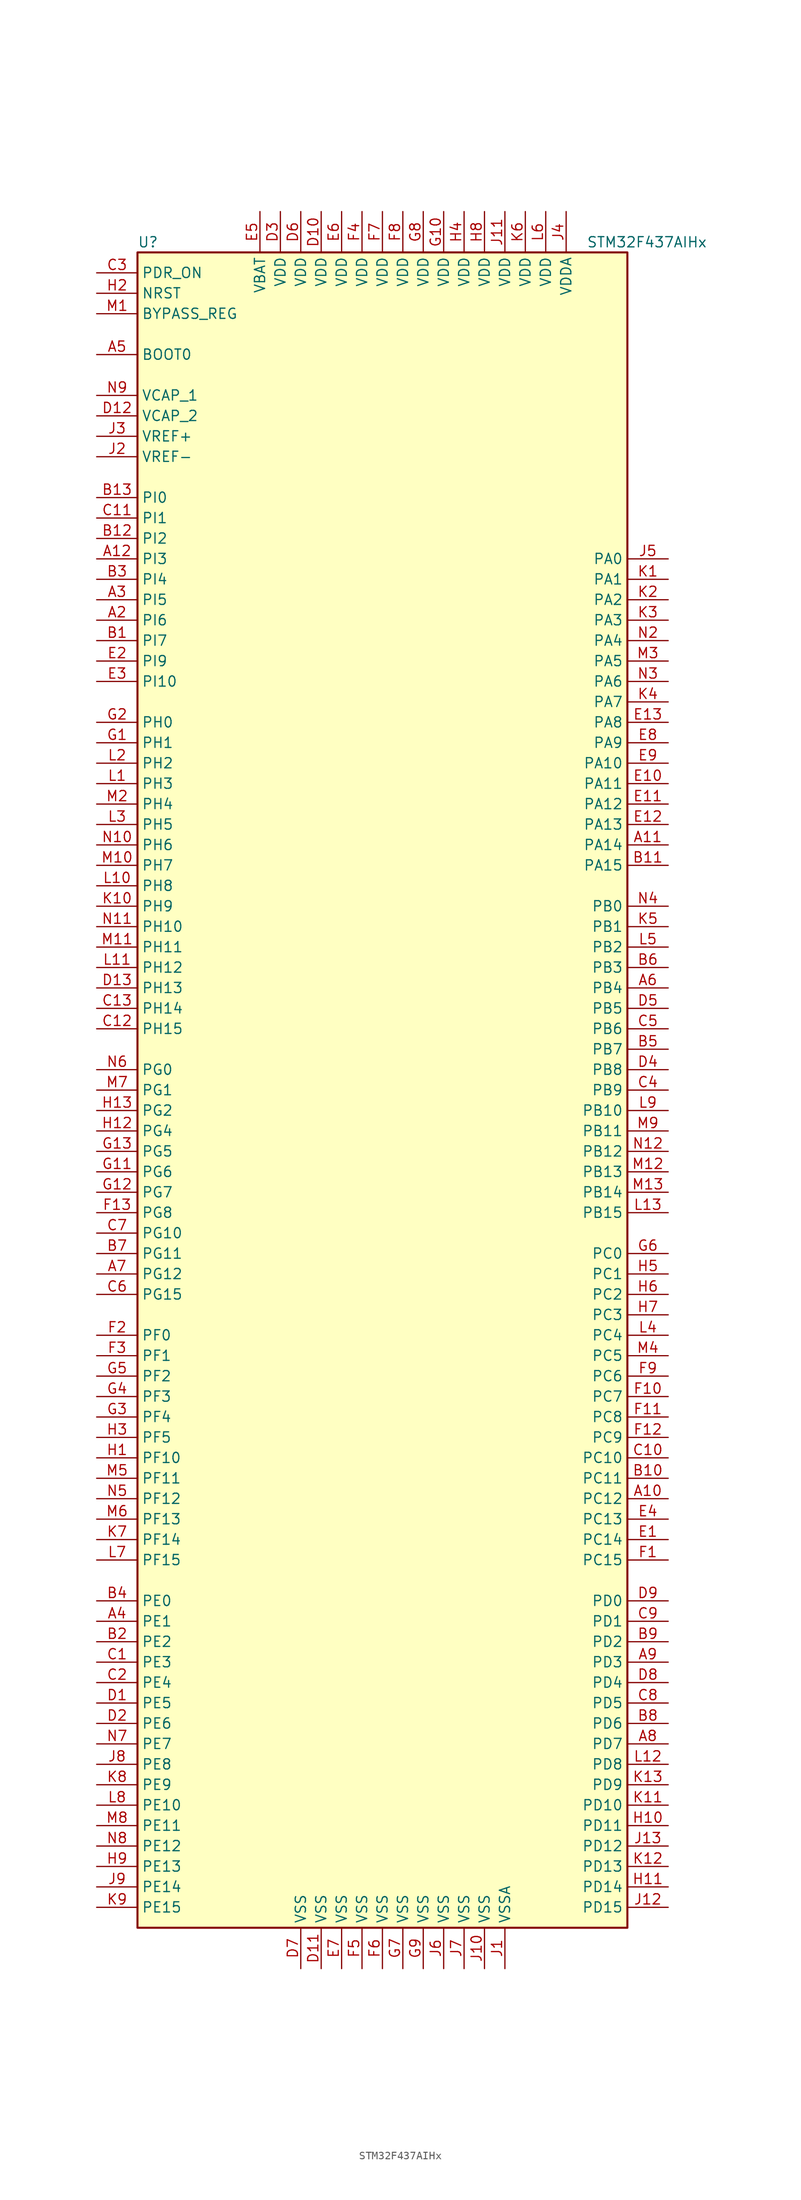
<source format=kicad_sym>
(kicad_symbol_lib
  (version 20211014)
  (generator kicad_symbol_editor)
  (symbol "STM32F437AIHx"
    (property "Reference" "U"
      (at -30.48 105.41 0)
      (effects (font (size 1.27 1.27)) (justify left)))
    (property "Value" "STM32F437AIHx"
      (at 25.4 105.41 0)
      (effects (font (size 1.27 1.27)) (justify left)))
    (symbol "STM32F437AIHx_0_1"
      (rectangle (start -30.48 -104.14) (end 30.48 104.14) (stroke (width 0.254) (type default) (color 0 0 0 0)) (fill (type background))))
    (symbol "STM32F437AIHx_1_1"
      (pin no_connect line (at -30.48 -101.6 0) (length 5.08) hide (name "NC" (effects (font (size 1.27 1.27)))) (number "A1" (effects (font (size 1.27 1.27)))))
      (pin bidirectional line (at 35.56 -50.8 180) (length 5.08) (name "PC12" (effects (font (size 1.27 1.27)))) (number "A10" (effects (font (size 1.27 1.27)))))
      (pin bidirectional line (at 35.56 30.48 180) (length 5.08) (name "PA14" (effects (font (size 1.27 1.27)))) (number "A11" (effects (font (size 1.27 1.27)))))
      (pin bidirectional line (at -35.56 66.04 0) (length 5.08) (name "PI3" (effects (font (size 1.27 1.27)))) (number "A12" (effects (font (size 1.27 1.27)))))
      (pin no_connect line (at -30.48 -99.06 0) (length 5.08) hide (name "NC" (effects (font (size 1.27 1.27)))) (number "A13" (effects (font (size 1.27 1.27)))))
      (pin bidirectional line (at -35.56 58.42 0) (length 5.08) (name "PI6" (effects (font (size 1.27 1.27)))) (number "A2" (effects (font (size 1.27 1.27)))))
      (pin bidirectional line (at -35.56 60.96 0) (length 5.08) (name "PI5" (effects (font (size 1.27 1.27)))) (number "A3" (effects (font (size 1.27 1.27)))))
      (pin bidirectional line (at -35.56 -66.04 0) (length 5.08) (name "PE1" (effects (font (size 1.27 1.27)))) (number "A4" (effects (font (size 1.27 1.27)))))
      (pin input line (at -35.56 91.44 0) (length 5.08) (name "BOOT0" (effects (font (size 1.27 1.27)))) (number "A5" (effects (font (size 1.27 1.27)))))
      (pin bidirectional line (at 35.56 12.7 180) (length 5.08) (name "PB4" (effects (font (size 1.27 1.27)))) (number "A6" (effects (font (size 1.27 1.27)))))
      (pin bidirectional line (at -35.56 -22.86 0) (length 5.08) (name "PG12" (effects (font (size 1.27 1.27)))) (number "A7" (effects (font (size 1.27 1.27)))))
      (pin bidirectional line (at 35.56 -81.28 180) (length 5.08) (name "PD7" (effects (font (size 1.27 1.27)))) (number "A8" (effects (font (size 1.27 1.27)))))
      (pin bidirectional line (at 35.56 -71.12 180) (length 5.08) (name "PD3" (effects (font (size 1.27 1.27)))) (number "A9" (effects (font (size 1.27 1.27)))))
      (pin bidirectional line (at -35.56 55.88 0) (length 5.08) (name "PI7" (effects (font (size 1.27 1.27)))) (number "B1" (effects (font (size 1.27 1.27)))))
      (pin bidirectional line (at 35.56 -48.26 180) (length 5.08) (name "PC11" (effects (font (size 1.27 1.27)))) (number "B10" (effects (font (size 1.27 1.27)))))
      (pin bidirectional line (at 35.56 27.94 180) (length 5.08) (name "PA15" (effects (font (size 1.27 1.27)))) (number "B11" (effects (font (size 1.27 1.27)))))
      (pin bidirectional line (at -35.56 68.58 0) (length 5.08) (name "PI2" (effects (font (size 1.27 1.27)))) (number "B12" (effects (font (size 1.27 1.27)))))
      (pin bidirectional line (at -35.56 73.66 0) (length 5.08) (name "PI0" (effects (font (size 1.27 1.27)))) (number "B13" (effects (font (size 1.27 1.27)))))
      (pin bidirectional line (at -35.56 -68.58 0) (length 5.08) (name "PE2" (effects (font (size 1.27 1.27)))) (number "B2" (effects (font (size 1.27 1.27)))))
      (pin bidirectional line (at -35.56 63.5 0) (length 5.08) (name "PI4" (effects (font (size 1.27 1.27)))) (number "B3" (effects (font (size 1.27 1.27)))))
      (pin bidirectional line (at -35.56 -63.5 0) (length 5.08) (name "PE0" (effects (font (size 1.27 1.27)))) (number "B4" (effects (font (size 1.27 1.27)))))
      (pin bidirectional line (at 35.56 5.08 180) (length 5.08) (name "PB7" (effects (font (size 1.27 1.27)))) (number "B5" (effects (font (size 1.27 1.27)))))
      (pin bidirectional line (at 35.56 15.24 180) (length 5.08) (name "PB3" (effects (font (size 1.27 1.27)))) (number "B6" (effects (font (size 1.27 1.27)))))
      (pin bidirectional line (at -35.56 -20.32 0) (length 5.08) (name "PG11" (effects (font (size 1.27 1.27)))) (number "B7" (effects (font (size 1.27 1.27)))))
      (pin bidirectional line (at 35.56 -78.74 180) (length 5.08) (name "PD6" (effects (font (size 1.27 1.27)))) (number "B8" (effects (font (size 1.27 1.27)))))
      (pin bidirectional line (at 35.56 -68.58 180) (length 5.08) (name "PD2" (effects (font (size 1.27 1.27)))) (number "B9" (effects (font (size 1.27 1.27)))))
      (pin bidirectional line (at -35.56 -71.12 0) (length 5.08) (name "PE3" (effects (font (size 1.27 1.27)))) (number "C1" (effects (font (size 1.27 1.27)))))
      (pin bidirectional line (at 35.56 -45.72 180) (length 5.08) (name "PC10" (effects (font (size 1.27 1.27)))) (number "C10" (effects (font (size 1.27 1.27)))))
      (pin bidirectional line (at -35.56 71.12 0) (length 5.08) (name "PI1" (effects (font (size 1.27 1.27)))) (number "C11" (effects (font (size 1.27 1.27)))))
      (pin bidirectional line (at -35.56 7.62 0) (length 5.08) (name "PH15" (effects (font (size 1.27 1.27)))) (number "C12" (effects (font (size 1.27 1.27)))))
      (pin bidirectional line (at -35.56 10.16 0) (length 5.08) (name "PH14" (effects (font (size 1.27 1.27)))) (number "C13" (effects (font (size 1.27 1.27)))))
      (pin bidirectional line (at -35.56 -73.66 0) (length 5.08) (name "PE4" (effects (font (size 1.27 1.27)))) (number "C2" (effects (font (size 1.27 1.27)))))
      (pin input line (at -35.56 101.6 0) (length 5.08) (name "PDR_ON" (effects (font (size 1.27 1.27)))) (number "C3" (effects (font (size 1.27 1.27)))))
      (pin bidirectional line (at 35.56 0 180) (length 5.08) (name "PB9" (effects (font (size 1.27 1.27)))) (number "C4" (effects (font (size 1.27 1.27)))))
      (pin bidirectional line (at 35.56 7.62 180) (length 5.08) (name "PB6" (effects (font (size 1.27 1.27)))) (number "C5" (effects (font (size 1.27 1.27)))))
      (pin bidirectional line (at -35.56 -25.4 0) (length 5.08) (name "PG15" (effects (font (size 1.27 1.27)))) (number "C6" (effects (font (size 1.27 1.27)))))
      (pin bidirectional line (at -35.56 -17.78 0) (length 5.08) (name "PG10" (effects (font (size 1.27 1.27)))) (number "C7" (effects (font (size 1.27 1.27)))))
      (pin bidirectional line (at 35.56 -76.2 180) (length 5.08) (name "PD5" (effects (font (size 1.27 1.27)))) (number "C8" (effects (font (size 1.27 1.27)))))
      (pin bidirectional line (at 35.56 -66.04 180) (length 5.08) (name "PD1" (effects (font (size 1.27 1.27)))) (number "C9" (effects (font (size 1.27 1.27)))))
      (pin bidirectional line (at -35.56 -76.2 0) (length 5.08) (name "PE5" (effects (font (size 1.27 1.27)))) (number "D1" (effects (font (size 1.27 1.27)))))
      (pin power_in line (at -7.62 109.22 270) (length 5.08) (name "VDD" (effects (font (size 1.27 1.27)))) (number "D10" (effects (font (size 1.27 1.27)))))
      (pin power_in line (at -7.62 -109.22 90) (length 5.08) (name "VSS" (effects (font (size 1.27 1.27)))) (number "D11" (effects (font (size 1.27 1.27)))))
      (pin power_in line (at -35.56 83.82 0) (length 5.08) (name "VCAP_2" (effects (font (size 1.27 1.27)))) (number "D12" (effects (font (size 1.27 1.27)))))
      (pin bidirectional line (at -35.56 12.7 0) (length 5.08) (name "PH13" (effects (font (size 1.27 1.27)))) (number "D13" (effects (font (size 1.27 1.27)))))
      (pin bidirectional line (at -35.56 -78.74 0) (length 5.08) (name "PE6" (effects (font (size 1.27 1.27)))) (number "D2" (effects (font (size 1.27 1.27)))))
      (pin power_in line (at -12.7 109.22 270) (length 5.08) (name "VDD" (effects (font (size 1.27 1.27)))) (number "D3" (effects (font (size 1.27 1.27)))))
      (pin bidirectional line (at 35.56 2.54 180) (length 5.08) (name "PB8" (effects (font (size 1.27 1.27)))) (number "D4" (effects (font (size 1.27 1.27)))))
      (pin bidirectional line (at 35.56 10.16 180) (length 5.08) (name "PB5" (effects (font (size 1.27 1.27)))) (number "D5" (effects (font (size 1.27 1.27)))))
      (pin power_in line (at -10.16 109.22 270) (length 5.08) (name "VDD" (effects (font (size 1.27 1.27)))) (number "D6" (effects (font (size 1.27 1.27)))))
      (pin power_in line (at -10.16 -109.22 90) (length 5.08) (name "VSS" (effects (font (size 1.27 1.27)))) (number "D7" (effects (font (size 1.27 1.27)))))
      (pin bidirectional line (at 35.56 -73.66 180) (length 5.08) (name "PD4" (effects (font (size 1.27 1.27)))) (number "D8" (effects (font (size 1.27 1.27)))))
      (pin bidirectional line (at 35.56 -63.5 180) (length 5.08) (name "PD0" (effects (font (size 1.27 1.27)))) (number "D9" (effects (font (size 1.27 1.27)))))
      (pin bidirectional line (at 35.56 -55.88 180) (length 5.08) (name "PC14" (effects (font (size 1.27 1.27)))) (number "E1" (effects (font (size 1.27 1.27)))))
      (pin bidirectional line (at 35.56 38.1 180) (length 5.08) (name "PA11" (effects (font (size 1.27 1.27)))) (number "E10" (effects (font (size 1.27 1.27)))))
      (pin bidirectional line (at 35.56 35.56 180) (length 5.08) (name "PA12" (effects (font (size 1.27 1.27)))) (number "E11" (effects (font (size 1.27 1.27)))))
      (pin bidirectional line (at 35.56 33.02 180) (length 5.08) (name "PA13" (effects (font (size 1.27 1.27)))) (number "E12" (effects (font (size 1.27 1.27)))))
      (pin bidirectional line (at 35.56 45.72 180) (length 5.08) (name "PA8" (effects (font (size 1.27 1.27)))) (number "E13" (effects (font (size 1.27 1.27)))))
      (pin bidirectional line (at -35.56 53.34 0) (length 5.08) (name "PI9" (effects (font (size 1.27 1.27)))) (number "E2" (effects (font (size 1.27 1.27)))))
      (pin bidirectional line (at -35.56 50.8 0) (length 5.08) (name "PI10" (effects (font (size 1.27 1.27)))) (number "E3" (effects (font (size 1.27 1.27)))))
      (pin bidirectional line (at 35.56 -53.34 180) (length 5.08) (name "PC13" (effects (font (size 1.27 1.27)))) (number "E4" (effects (font (size 1.27 1.27)))))
      (pin power_in line (at -15.24 109.22 270) (length 5.08) (name "VBAT" (effects (font (size 1.27 1.27)))) (number "E5" (effects (font (size 1.27 1.27)))))
      (pin power_in line (at -5.08 109.22 270) (length 5.08) (name "VDD" (effects (font (size 1.27 1.27)))) (number "E6" (effects (font (size 1.27 1.27)))))
      (pin power_in line (at -5.08 -109.22 90) (length 5.08) (name "VSS" (effects (font (size 1.27 1.27)))) (number "E7" (effects (font (size 1.27 1.27)))))
      (pin bidirectional line (at 35.56 43.18 180) (length 5.08) (name "PA9" (effects (font (size 1.27 1.27)))) (number "E8" (effects (font (size 1.27 1.27)))))
      (pin bidirectional line (at 35.56 40.64 180) (length 5.08) (name "PA10" (effects (font (size 1.27 1.27)))) (number "E9" (effects (font (size 1.27 1.27)))))
      (pin bidirectional line (at 35.56 -58.42 180) (length 5.08) (name "PC15" (effects (font (size 1.27 1.27)))) (number "F1" (effects (font (size 1.27 1.27)))))
      (pin bidirectional line (at 35.56 -38.1 180) (length 5.08) (name "PC7" (effects (font (size 1.27 1.27)))) (number "F10" (effects (font (size 1.27 1.27)))))
      (pin bidirectional line (at 35.56 -40.64 180) (length 5.08) (name "PC8" (effects (font (size 1.27 1.27)))) (number "F11" (effects (font (size 1.27 1.27)))))
      (pin bidirectional line (at 35.56 -43.18 180) (length 5.08) (name "PC9" (effects (font (size 1.27 1.27)))) (number "F12" (effects (font (size 1.27 1.27)))))
      (pin bidirectional line (at -35.56 -15.24 0) (length 5.08) (name "PG8" (effects (font (size 1.27 1.27)))) (number "F13" (effects (font (size 1.27 1.27)))))
      (pin bidirectional line (at -35.56 -30.48 0) (length 5.08) (name "PF0" (effects (font (size 1.27 1.27)))) (number "F2" (effects (font (size 1.27 1.27)))))
      (pin bidirectional line (at -35.56 -33.02 0) (length 5.08) (name "PF1" (effects (font (size 1.27 1.27)))) (number "F3" (effects (font (size 1.27 1.27)))))
      (pin power_in line (at -2.54 109.22 270) (length 5.08) (name "VDD" (effects (font (size 1.27 1.27)))) (number "F4" (effects (font (size 1.27 1.27)))))
      (pin power_in line (at -2.54 -109.22 90) (length 5.08) (name "VSS" (effects (font (size 1.27 1.27)))) (number "F5" (effects (font (size 1.27 1.27)))))
      (pin power_in line (at 0 -109.22 90) (length 5.08) (name "VSS" (effects (font (size 1.27 1.27)))) (number "F6" (effects (font (size 1.27 1.27)))))
      (pin power_in line (at 0 109.22 270) (length 5.08) (name "VDD" (effects (font (size 1.27 1.27)))) (number "F7" (effects (font (size 1.27 1.27)))))
      (pin power_in line (at 2.54 109.22 270) (length 5.08) (name "VDD" (effects (font (size 1.27 1.27)))) (number "F8" (effects (font (size 1.27 1.27)))))
      (pin bidirectional line (at 35.56 -35.56 180) (length 5.08) (name "PC6" (effects (font (size 1.27 1.27)))) (number "F9" (effects (font (size 1.27 1.27)))))
      (pin input line (at -35.56 43.18 0) (length 5.08) (name "PH1" (effects (font (size 1.27 1.27)))) (number "G1" (effects (font (size 1.27 1.27)))))
      (pin power_in line (at 7.62 109.22 270) (length 5.08) (name "VDD" (effects (font (size 1.27 1.27)))) (number "G10" (effects (font (size 1.27 1.27)))))
      (pin bidirectional line (at -35.56 -10.16 0) (length 5.08) (name "PG6" (effects (font (size 1.27 1.27)))) (number "G11" (effects (font (size 1.27 1.27)))))
      (pin bidirectional line (at -35.56 -12.7 0) (length 5.08) (name "PG7" (effects (font (size 1.27 1.27)))) (number "G12" (effects (font (size 1.27 1.27)))))
      (pin bidirectional line (at -35.56 -7.62 0) (length 5.08) (name "PG5" (effects (font (size 1.27 1.27)))) (number "G13" (effects (font (size 1.27 1.27)))))
      (pin input line (at -35.56 45.72 0) (length 5.08) (name "PH0" (effects (font (size 1.27 1.27)))) (number "G2" (effects (font (size 1.27 1.27)))))
      (pin bidirectional line (at -35.56 -40.64 0) (length 5.08) (name "PF4" (effects (font (size 1.27 1.27)))) (number "G3" (effects (font (size 1.27 1.27)))))
      (pin bidirectional line (at -35.56 -38.1 0) (length 5.08) (name "PF3" (effects (font (size 1.27 1.27)))) (number "G4" (effects (font (size 1.27 1.27)))))
      (pin bidirectional line (at -35.56 -35.56 0) (length 5.08) (name "PF2" (effects (font (size 1.27 1.27)))) (number "G5" (effects (font (size 1.27 1.27)))))
      (pin bidirectional line (at 35.56 -20.32 180) (length 5.08) (name "PC0" (effects (font (size 1.27 1.27)))) (number "G6" (effects (font (size 1.27 1.27)))))
      (pin power_in line (at 2.54 -109.22 90) (length 5.08) (name "VSS" (effects (font (size 1.27 1.27)))) (number "G7" (effects (font (size 1.27 1.27)))))
      (pin power_in line (at 5.08 109.22 270) (length 5.08) (name "VDD" (effects (font (size 1.27 1.27)))) (number "G8" (effects (font (size 1.27 1.27)))))
      (pin power_in line (at 5.08 -109.22 90) (length 5.08) (name "VSS" (effects (font (size 1.27 1.27)))) (number "G9" (effects (font (size 1.27 1.27)))))
      (pin bidirectional line (at -35.56 -45.72 0) (length 5.08) (name "PF10" (effects (font (size 1.27 1.27)))) (number "H1" (effects (font (size 1.27 1.27)))))
      (pin bidirectional line (at 35.56 -91.44 180) (length 5.08) (name "PD11" (effects (font (size 1.27 1.27)))) (number "H10" (effects (font (size 1.27 1.27)))))
      (pin bidirectional line (at 35.56 -99.06 180) (length 5.08) (name "PD14" (effects (font (size 1.27 1.27)))) (number "H11" (effects (font (size 1.27 1.27)))))
      (pin bidirectional line (at -35.56 -5.08 0) (length 5.08) (name "PG4" (effects (font (size 1.27 1.27)))) (number "H12" (effects (font (size 1.27 1.27)))))
      (pin bidirectional line (at -35.56 -2.54 0) (length 5.08) (name "PG2" (effects (font (size 1.27 1.27)))) (number "H13" (effects (font (size 1.27 1.27)))))
      (pin input line (at -35.56 99.06 0) (length 5.08) (name "NRST" (effects (font (size 1.27 1.27)))) (number "H2" (effects (font (size 1.27 1.27)))))
      (pin bidirectional line (at -35.56 -43.18 0) (length 5.08) (name "PF5" (effects (font (size 1.27 1.27)))) (number "H3" (effects (font (size 1.27 1.27)))))
      (pin power_in line (at 10.16 109.22 270) (length 5.08) (name "VDD" (effects (font (size 1.27 1.27)))) (number "H4" (effects (font (size 1.27 1.27)))))
      (pin bidirectional line (at 35.56 -22.86 180) (length 5.08) (name "PC1" (effects (font (size 1.27 1.27)))) (number "H5" (effects (font (size 1.27 1.27)))))
      (pin bidirectional line (at 35.56 -25.4 180) (length 5.08) (name "PC2" (effects (font (size 1.27 1.27)))) (number "H6" (effects (font (size 1.27 1.27)))))
      (pin bidirectional line (at 35.56 -27.94 180) (length 5.08) (name "PC3" (effects (font (size 1.27 1.27)))) (number "H7" (effects (font (size 1.27 1.27)))))
      (pin power_in line (at 12.7 109.22 270) (length 5.08) (name "VDD" (effects (font (size 1.27 1.27)))) (number "H8" (effects (font (size 1.27 1.27)))))
      (pin bidirectional line (at -35.56 -96.52 0) (length 5.08) (name "PE13" (effects (font (size 1.27 1.27)))) (number "H9" (effects (font (size 1.27 1.27)))))
      (pin power_in line (at 15.24 -109.22 90) (length 5.08) (name "VSSA" (effects (font (size 1.27 1.27)))) (number "J1" (effects (font (size 1.27 1.27)))))
      (pin power_in line (at 12.7 -109.22 90) (length 5.08) (name "VSS" (effects (font (size 1.27 1.27)))) (number "J10" (effects (font (size 1.27 1.27)))))
      (pin power_in line (at 15.24 109.22 270) (length 5.08) (name "VDD" (effects (font (size 1.27 1.27)))) (number "J11" (effects (font (size 1.27 1.27)))))
      (pin bidirectional line (at 35.56 -101.6 180) (length 5.08) (name "PD15" (effects (font (size 1.27 1.27)))) (number "J12" (effects (font (size 1.27 1.27)))))
      (pin bidirectional line (at 35.56 -93.98 180) (length 5.08) (name "PD12" (effects (font (size 1.27 1.27)))) (number "J13" (effects (font (size 1.27 1.27)))))
      (pin power_in line (at -35.56 78.74 0) (length 5.08) (name "VREF-" (effects (font (size 1.27 1.27)))) (number "J2" (effects (font (size 1.27 1.27)))))
      (pin power_in line (at -35.56 81.28 0) (length 5.08) (name "VREF+" (effects (font (size 1.27 1.27)))) (number "J3" (effects (font (size 1.27 1.27)))))
      (pin power_in line (at 22.86 109.22 270) (length 5.08) (name "VDDA" (effects (font (size 1.27 1.27)))) (number "J4" (effects (font (size 1.27 1.27)))))
      (pin bidirectional line (at 35.56 66.04 180) (length 5.08) (name "PA0" (effects (font (size 1.27 1.27)))) (number "J5" (effects (font (size 1.27 1.27)))))
      (pin power_in line (at 7.62 -109.22 90) (length 5.08) (name "VSS" (effects (font (size 1.27 1.27)))) (number "J6" (effects (font (size 1.27 1.27)))))
      (pin power_in line (at 10.16 -109.22 90) (length 5.08) (name "VSS" (effects (font (size 1.27 1.27)))) (number "J7" (effects (font (size 1.27 1.27)))))
      (pin bidirectional line (at -35.56 -83.82 0) (length 5.08) (name "PE8" (effects (font (size 1.27 1.27)))) (number "J8" (effects (font (size 1.27 1.27)))))
      (pin bidirectional line (at -35.56 -99.06 0) (length 5.08) (name "PE14" (effects (font (size 1.27 1.27)))) (number "J9" (effects (font (size 1.27 1.27)))))
      (pin bidirectional line (at 35.56 63.5 180) (length 5.08) (name "PA1" (effects (font (size 1.27 1.27)))) (number "K1" (effects (font (size 1.27 1.27)))))
      (pin bidirectional line (at -35.56 22.86 0) (length 5.08) (name "PH9" (effects (font (size 1.27 1.27)))) (number "K10" (effects (font (size 1.27 1.27)))))
      (pin bidirectional line (at 35.56 -88.9 180) (length 5.08) (name "PD10" (effects (font (size 1.27 1.27)))) (number "K11" (effects (font (size 1.27 1.27)))))
      (pin bidirectional line (at 35.56 -96.52 180) (length 5.08) (name "PD13" (effects (font (size 1.27 1.27)))) (number "K12" (effects (font (size 1.27 1.27)))))
      (pin bidirectional line (at 35.56 -86.36 180) (length 5.08) (name "PD9" (effects (font (size 1.27 1.27)))) (number "K13" (effects (font (size 1.27 1.27)))))
      (pin bidirectional line (at 35.56 60.96 180) (length 5.08) (name "PA2" (effects (font (size 1.27 1.27)))) (number "K2" (effects (font (size 1.27 1.27)))))
      (pin bidirectional line (at 35.56 58.42 180) (length 5.08) (name "PA3" (effects (font (size 1.27 1.27)))) (number "K3" (effects (font (size 1.27 1.27)))))
      (pin bidirectional line (at 35.56 48.26 180) (length 5.08) (name "PA7" (effects (font (size 1.27 1.27)))) (number "K4" (effects (font (size 1.27 1.27)))))
      (pin bidirectional line (at 35.56 20.32 180) (length 5.08) (name "PB1" (effects (font (size 1.27 1.27)))) (number "K5" (effects (font (size 1.27 1.27)))))
      (pin power_in line (at 17.78 109.22 270) (length 5.08) (name "VDD" (effects (font (size 1.27 1.27)))) (number "K6" (effects (font (size 1.27 1.27)))))
      (pin bidirectional line (at -35.56 -55.88 0) (length 5.08) (name "PF14" (effects (font (size 1.27 1.27)))) (number "K7" (effects (font (size 1.27 1.27)))))
      (pin bidirectional line (at -35.56 -86.36 0) (length 5.08) (name "PE9" (effects (font (size 1.27 1.27)))) (number "K8" (effects (font (size 1.27 1.27)))))
      (pin bidirectional line (at -35.56 -101.6 0) (length 5.08) (name "PE15" (effects (font (size 1.27 1.27)))) (number "K9" (effects (font (size 1.27 1.27)))))
      (pin bidirectional line (at -35.56 38.1 0) (length 5.08) (name "PH3" (effects (font (size 1.27 1.27)))) (number "L1" (effects (font (size 1.27 1.27)))))
      (pin bidirectional line (at -35.56 25.4 0) (length 5.08) (name "PH8" (effects (font (size 1.27 1.27)))) (number "L10" (effects (font (size 1.27 1.27)))))
      (pin bidirectional line (at -35.56 15.24 0) (length 5.08) (name "PH12" (effects (font (size 1.27 1.27)))) (number "L11" (effects (font (size 1.27 1.27)))))
      (pin bidirectional line (at 35.56 -83.82 180) (length 5.08) (name "PD8" (effects (font (size 1.27 1.27)))) (number "L12" (effects (font (size 1.27 1.27)))))
      (pin bidirectional line (at 35.56 -15.24 180) (length 5.08) (name "PB15" (effects (font (size 1.27 1.27)))) (number "L13" (effects (font (size 1.27 1.27)))))
      (pin bidirectional line (at -35.56 40.64 0) (length 5.08) (name "PH2" (effects (font (size 1.27 1.27)))) (number "L2" (effects (font (size 1.27 1.27)))))
      (pin bidirectional line (at -35.56 33.02 0) (length 5.08) (name "PH5" (effects (font (size 1.27 1.27)))) (number "L3" (effects (font (size 1.27 1.27)))))
      (pin bidirectional line (at 35.56 -30.48 180) (length 5.08) (name "PC4" (effects (font (size 1.27 1.27)))) (number "L4" (effects (font (size 1.27 1.27)))))
      (pin bidirectional line (at 35.56 17.78 180) (length 5.08) (name "PB2" (effects (font (size 1.27 1.27)))) (number "L5" (effects (font (size 1.27 1.27)))))
      (pin power_in line (at 20.32 109.22 270) (length 5.08) (name "VDD" (effects (font (size 1.27 1.27)))) (number "L6" (effects (font (size 1.27 1.27)))))
      (pin bidirectional line (at -35.56 -58.42 0) (length 5.08) (name "PF15" (effects (font (size 1.27 1.27)))) (number "L7" (effects (font (size 1.27 1.27)))))
      (pin bidirectional line (at -35.56 -88.9 0) (length 5.08) (name "PE10" (effects (font (size 1.27 1.27)))) (number "L8" (effects (font (size 1.27 1.27)))))
      (pin bidirectional line (at 35.56 -2.54 180) (length 5.08) (name "PB10" (effects (font (size 1.27 1.27)))) (number "L9" (effects (font (size 1.27 1.27)))))
      (pin input line (at -35.56 96.52 0) (length 5.08) (name "BYPASS_REG" (effects (font (size 1.27 1.27)))) (number "M1" (effects (font (size 1.27 1.27)))))
      (pin bidirectional line (at -35.56 27.94 0) (length 5.08) (name "PH7" (effects (font (size 1.27 1.27)))) (number "M10" (effects (font (size 1.27 1.27)))))
      (pin bidirectional line (at -35.56 17.78 0) (length 5.08) (name "PH11" (effects (font (size 1.27 1.27)))) (number "M11" (effects (font (size 1.27 1.27)))))
      (pin bidirectional line (at 35.56 -10.16 180) (length 5.08) (name "PB13" (effects (font (size 1.27 1.27)))) (number "M12" (effects (font (size 1.27 1.27)))))
      (pin bidirectional line (at 35.56 -12.7 180) (length 5.08) (name "PB14" (effects (font (size 1.27 1.27)))) (number "M13" (effects (font (size 1.27 1.27)))))
      (pin bidirectional line (at -35.56 35.56 0) (length 5.08) (name "PH4" (effects (font (size 1.27 1.27)))) (number "M2" (effects (font (size 1.27 1.27)))))
      (pin bidirectional line (at 35.56 53.34 180) (length 5.08) (name "PA5" (effects (font (size 1.27 1.27)))) (number "M3" (effects (font (size 1.27 1.27)))))
      (pin bidirectional line (at 35.56 -33.02 180) (length 5.08) (name "PC5" (effects (font (size 1.27 1.27)))) (number "M4" (effects (font (size 1.27 1.27)))))
      (pin bidirectional line (at -35.56 -48.26 0) (length 5.08) (name "PF11" (effects (font (size 1.27 1.27)))) (number "M5" (effects (font (size 1.27 1.27)))))
      (pin bidirectional line (at -35.56 -53.34 0) (length 5.08) (name "PF13" (effects (font (size 1.27 1.27)))) (number "M6" (effects (font (size 1.27 1.27)))))
      (pin bidirectional line (at -35.56 0 0) (length 5.08) (name "PG1" (effects (font (size 1.27 1.27)))) (number "M7" (effects (font (size 1.27 1.27)))))
      (pin bidirectional line (at -35.56 -91.44 0) (length 5.08) (name "PE11" (effects (font (size 1.27 1.27)))) (number "M8" (effects (font (size 1.27 1.27)))))
      (pin bidirectional line (at 35.56 -5.08 180) (length 5.08) (name "PB11" (effects (font (size 1.27 1.27)))) (number "M9" (effects (font (size 1.27 1.27)))))
      (pin no_connect line (at -30.48 -96.52 0) (length 5.08) hide (name "NC" (effects (font (size 1.27 1.27)))) (number "N1" (effects (font (size 1.27 1.27)))))
      (pin bidirectional line (at -35.56 30.48 0) (length 5.08) (name "PH6" (effects (font (size 1.27 1.27)))) (number "N10" (effects (font (size 1.27 1.27)))))
      (pin bidirectional line (at -35.56 20.32 0) (length 5.08) (name "PH10" (effects (font (size 1.27 1.27)))) (number "N11" (effects (font (size 1.27 1.27)))))
      (pin bidirectional line (at 35.56 -7.62 180) (length 5.08) (name "PB12" (effects (font (size 1.27 1.27)))) (number "N12" (effects (font (size 1.27 1.27)))))
      (pin no_connect line (at -30.48 -93.98 0) (length 5.08) hide (name "NC" (effects (font (size 1.27 1.27)))) (number "N13" (effects (font (size 1.27 1.27)))))
      (pin bidirectional line (at 35.56 55.88 180) (length 5.08) (name "PA4" (effects (font (size 1.27 1.27)))) (number "N2" (effects (font (size 1.27 1.27)))))
      (pin bidirectional line (at 35.56 50.8 180) (length 5.08) (name "PA6" (effects (font (size 1.27 1.27)))) (number "N3" (effects (font (size 1.27 1.27)))))
      (pin bidirectional line (at 35.56 22.86 180) (length 5.08) (name "PB0" (effects (font (size 1.27 1.27)))) (number "N4" (effects (font (size 1.27 1.27)))))
      (pin bidirectional line (at -35.56 -50.8 0) (length 5.08) (name "PF12" (effects (font (size 1.27 1.27)))) (number "N5" (effects (font (size 1.27 1.27)))))
      (pin bidirectional line (at -35.56 2.54 0) (length 5.08) (name "PG0" (effects (font (size 1.27 1.27)))) (number "N6" (effects (font (size 1.27 1.27)))))
      (pin bidirectional line (at -35.56 -81.28 0) (length 5.08) (name "PE7" (effects (font (size 1.27 1.27)))) (number "N7" (effects (font (size 1.27 1.27)))))
      (pin bidirectional line (at -35.56 -93.98 0) (length 5.08) (name "PE12" (effects (font (size 1.27 1.27)))) (number "N8" (effects (font (size 1.27 1.27)))))
      (pin power_in line (at -35.56 86.36 0) (length 5.08) (name "VCAP_1" (effects (font (size 1.27 1.27)))) (number "N9" (effects (font (size 1.27 1.27))))))))
</source>
